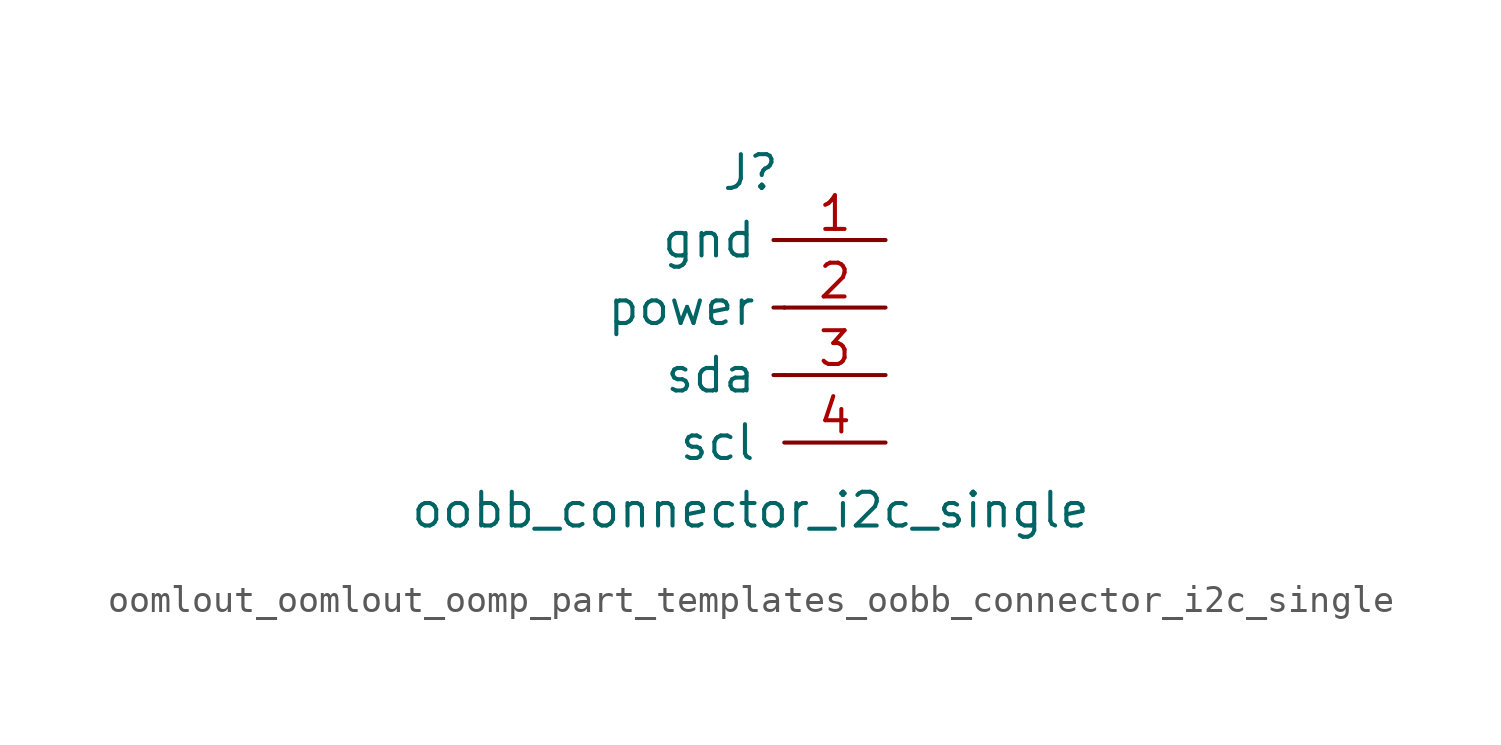
<source format=kicad_sym>
(kicad_symbol_lib
  (version 20220914)
  (generator kicad_symbol_editor)
  (symbol "oomlout_oomlout_oomp_part_templates_oobb_connector_i2c_single"
    (pin_names
      (offset 1.016))
    (property "Reference" "J"
      (at 0 5.08 0)
      (effects (font (size 1.27 1.27))))
    (property "Value" "oobb_connector_i2c_single"
      (at 0 -7.62 0)
      (effects (font (size 1.27 1.27))))
    (symbol "oomlout_oomlout_oomp_part_templates_oobb_connector_i2c_single_0_0"
      (text "" (at 2.54 -2.54 0) (effects (font (size 1.27 1.27)))))
    (symbol "oomlout_oomlout_oomp_part_templates_oobb_connector_i2c_single_1_1"
      (polyline (pts (xy 1.27 -2.54) (xy 0.864 -2.54)) (stroke (width 0.152) (type default)) (fill (type none)))
      (polyline (pts (xy 1.27 0) (xy 0.864 0)) (stroke (width 0.152) (type default)) (fill (type none)))
      (polyline (pts (xy 1.27 2.54) (xy 0.864 2.54)) (stroke (width 0.152) (type default)) (fill (type none)))
      (pin passive line (at 5.08 2.54 180) (length 3.81) (name "gnd" (effects (font (size 1.27 1.27)))) (number "1" (effects (font (size 1.27 1.27)))))
      (pin passive line (at 5.08 0 180) (length 3.81) (name "power" (effects (font (size 1.27 1.27)))) (number "2" (effects (font (size 1.27 1.27)))))
      (pin passive line (at 5.08 -2.54 180) (length 3.81) (name "sda" (effects (font (size 1.27 1.27)))) (number "3" (effects (font (size 1.27 1.27)))))
      (pin passive line (at 5.08 -5.08 180) (length 3.81) (name "scl" (effects (font (size 1.27 1.27)))) (number "4" (effects (font (size 1.27 1.27))))))))
</source>
